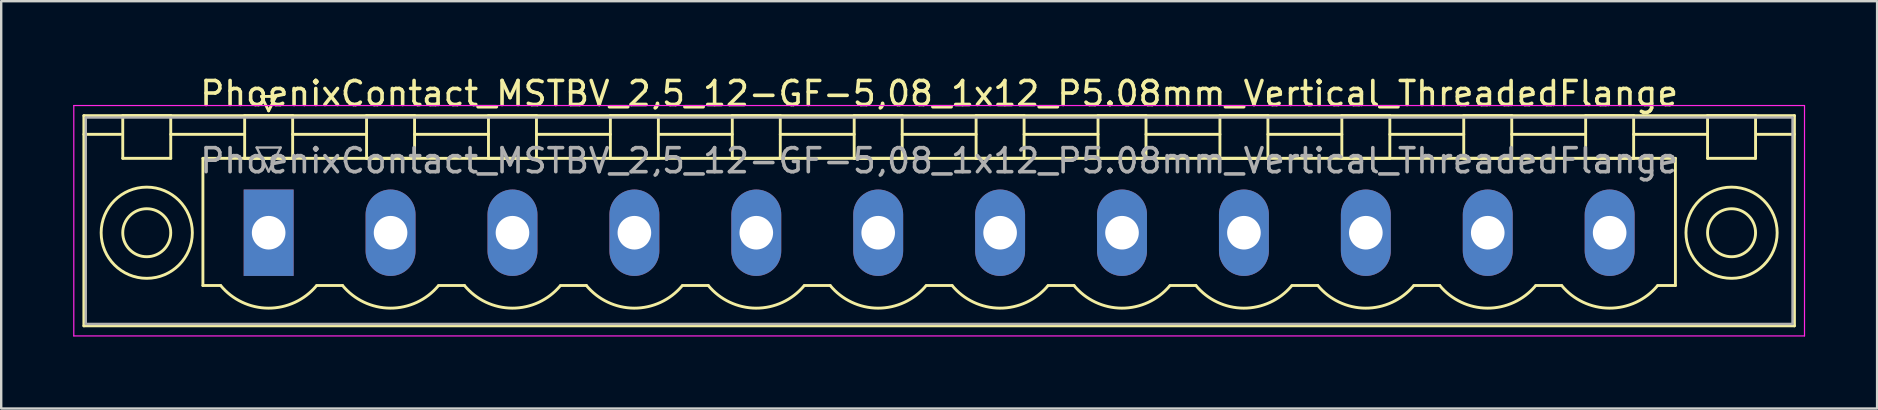
<source format=kicad_pcb>
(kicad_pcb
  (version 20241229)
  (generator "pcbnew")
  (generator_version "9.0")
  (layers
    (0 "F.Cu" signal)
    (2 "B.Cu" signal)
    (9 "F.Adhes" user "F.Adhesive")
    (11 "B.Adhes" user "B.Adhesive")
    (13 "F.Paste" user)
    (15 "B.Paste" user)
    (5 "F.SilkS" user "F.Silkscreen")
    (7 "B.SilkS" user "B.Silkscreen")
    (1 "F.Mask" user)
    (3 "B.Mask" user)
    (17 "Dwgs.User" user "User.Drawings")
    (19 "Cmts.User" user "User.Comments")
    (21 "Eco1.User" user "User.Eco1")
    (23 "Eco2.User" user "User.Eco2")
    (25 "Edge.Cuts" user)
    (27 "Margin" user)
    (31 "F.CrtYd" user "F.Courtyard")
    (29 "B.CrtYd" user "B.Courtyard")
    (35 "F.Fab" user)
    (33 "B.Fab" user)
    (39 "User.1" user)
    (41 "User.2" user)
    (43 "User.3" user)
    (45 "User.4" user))
  (footprint "PhoenixContact_MSTBV_2,5_12-GF-5,08_1x12_P5.08mm_Vertical_ThreadedFlange"
    (layer "F.Cu")
    (at 8.145 6.648)
    (property "Reference" "PhoenixContact_MSTBV_2,5_12-GF-5,08_1x12_P5.08mm_Vertical_ThreadedFlange" (at 27.94 -5.8 0) (layer "F.SilkS") (effects (font (size 1 1) (thickness 0.15))))
    (attr through_hole)
    (fp_line (start -7.7 -4.88) (end -7.7 3.88) (stroke (width 0.12) (type solid)) (layer "F.SilkS"))
    (fp_line (start -7.7 -4.1) (end -6.16 -4.1) (stroke (width 0.12) (type solid)) (layer "F.SilkS"))
    (fp_line (start -7.7 3.88) (end 63.58 3.88) (stroke (width 0.12) (type solid)) (layer "F.SilkS"))
    (fp_line (start -6.08 -4.88) (end -4.08 -4.88) (stroke (width 0.12) (type solid)) (layer "F.SilkS"))
    (fp_line (start -6.08 -3.1) (end -6.08 -4.88) (stroke (width 0.12) (type solid)) (layer "F.SilkS"))
    (fp_line (start -4.08 -4.88) (end -4.08 -3.1) (stroke (width 0.12) (type solid)) (layer "F.SilkS"))
    (fp_line (start -4.08 -4.1) (end -1 -4.1) (stroke (width 0.12) (type solid)) (layer "F.SilkS"))
    (fp_line (start -4.08 -3.1) (end -6.08 -3.1) (stroke (width 0.12) (type solid)) (layer "F.SilkS"))
    (fp_line (start -2.74 -3.1) (end 58.62 -3.1) (stroke (width 0.12) (type solid)) (layer "F.SilkS"))
    (fp_line (start -2.74 2.2) (end -2.74 -3.1) (stroke (width 0.12) (type solid)) (layer "F.SilkS"))
    (fp_line (start -2 2.2) (end -2.74 2.2) (stroke (width 0.12) (type solid)) (layer "F.SilkS"))
    (fp_line (start -1 -4.88) (end 1 -4.88) (stroke (width 0.12) (type solid)) (layer "F.SilkS"))
    (fp_line (start -1 -3.1) (end -1 -4.88) (stroke (width 0.12) (type solid)) (layer "F.SilkS"))
    (fp_line (start -0.3 -5.68) (end 0.3 -5.68) (stroke (width 0.12) (type solid)) (layer "F.SilkS"))
    (fp_line (start 0 -5.08) (end -0.3 -5.68) (stroke (width 0.12) (type solid)) (layer "F.SilkS"))
    (fp_line (start 0.3 -5.68) (end 0 -5.08) (stroke (width 0.12) (type solid)) (layer "F.SilkS"))
    (fp_line (start 1 -4.88) (end 1 -3.1) (stroke (width 0.12) (type solid)) (layer "F.SilkS"))
    (fp_line (start 1 -4.1) (end 4.08 -4.1) (stroke (width 0.12) (type solid)) (layer "F.SilkS"))
    (fp_line (start 1 -3.1) (end -1 -3.1) (stroke (width 0.12) (type solid)) (layer "F.SilkS"))
    (fp_line (start 2 2.2) (end 3.08 2.2) (stroke (width 0.12) (type solid)) (layer "F.SilkS"))
    (fp_line (start 4.08 -4.88) (end 6.08 -4.88) (stroke (width 0.12) (type solid)) (layer "F.SilkS"))
    (fp_line (start 4.08 -3.1) (end 4.08 -4.88) (stroke (width 0.12) (type solid)) (layer "F.SilkS"))
    (fp_line (start 6.08 -4.88) (end 6.08 -3.1) (stroke (width 0.12) (type solid)) (layer "F.SilkS"))
    (fp_line (start 6.08 -4.1) (end 9.16 -4.1) (stroke (width 0.12) (type solid)) (layer "F.SilkS"))
    (fp_line (start 6.08 -3.1) (end 4.08 -3.1) (stroke (width 0.12) (type solid)) (layer "F.SilkS"))
    (fp_line (start 7.08 2.2) (end 8.16 2.2) (stroke (width 0.12) (type solid)) (layer "F.SilkS"))
    (fp_line (start 9.16 -4.88) (end 11.16 -4.88) (stroke (width 0.12) (type solid)) (layer "F.SilkS"))
    (fp_line (start 9.16 -3.1) (end 9.16 -4.88) (stroke (width 0.12) (type solid)) (layer "F.SilkS"))
    (fp_line (start 11.16 -4.88) (end 11.16 -3.1) (stroke (width 0.12) (type solid)) (layer "F.SilkS"))
    (fp_line (start 11.16 -4.1) (end 14.24 -4.1) (stroke (width 0.12) (type solid)) (layer "F.SilkS"))
    (fp_line (start 11.16 -3.1) (end 9.16 -3.1) (stroke (width 0.12) (type solid)) (layer "F.SilkS"))
    (fp_line (start 12.16 2.2) (end 13.24 2.2) (stroke (width 0.12) (type solid)) (layer "F.SilkS"))
    (fp_line (start 14.24 -4.88) (end 16.24 -4.88) (stroke (width 0.12) (type solid)) (layer "F.SilkS"))
    (fp_line (start 14.24 -3.1) (end 14.24 -4.88) (stroke (width 0.12) (type solid)) (layer "F.SilkS"))
    (fp_line (start 16.24 -4.88) (end 16.24 -3.1) (stroke (width 0.12) (type solid)) (layer "F.SilkS"))
    (fp_line (start 16.24 -4.1) (end 19.32 -4.1) (stroke (width 0.12) (type solid)) (layer "F.SilkS"))
    (fp_line (start 16.24 -3.1) (end 14.24 -3.1) (stroke (width 0.12) (type solid)) (layer "F.SilkS"))
    (fp_line (start 17.24 2.2) (end 18.32 2.2) (stroke (width 0.12) (type solid)) (layer "F.SilkS"))
    (fp_line (start 19.32 -4.88) (end 21.32 -4.88) (stroke (width 0.12) (type solid)) (layer "F.SilkS"))
    (fp_line (start 19.32 -3.1) (end 19.32 -4.88) (stroke (width 0.12) (type solid)) (layer "F.SilkS"))
    (fp_line (start 21.32 -4.88) (end 21.32 -3.1) (stroke (width 0.12) (type solid)) (layer "F.SilkS"))
    (fp_line (start 21.32 -4.1) (end 24.4 -4.1) (stroke (width 0.12) (type solid)) (layer "F.SilkS"))
    (fp_line (start 21.32 -3.1) (end 19.32 -3.1) (stroke (width 0.12) (type solid)) (layer "F.SilkS"))
    (fp_line (start 22.32 2.2) (end 23.4 2.2) (stroke (width 0.12) (type solid)) (layer "F.SilkS"))
    (fp_line (start 24.4 -4.88) (end 26.4 -4.88) (stroke (width 0.12) (type solid)) (layer "F.SilkS"))
    (fp_line (start 24.4 -3.1) (end 24.4 -4.88) (stroke (width 0.12) (type solid)) (layer "F.SilkS"))
    (fp_line (start 26.4 -4.88) (end 26.4 -3.1) (stroke (width 0.12) (type solid)) (layer "F.SilkS"))
    (fp_line (start 26.4 -4.1) (end 29.48 -4.1) (stroke (width 0.12) (type solid)) (layer "F.SilkS"))
    (fp_line (start 26.4 -3.1) (end 24.4 -3.1) (stroke (width 0.12) (type solid)) (layer "F.SilkS"))
    (fp_line (start 27.4 2.2) (end 28.48 2.2) (stroke (width 0.12) (type solid)) (layer "F.SilkS"))
    (fp_line (start 29.48 -4.88) (end 31.48 -4.88) (stroke (width 0.12) (type solid)) (layer "F.SilkS"))
    (fp_line (start 29.48 -3.1) (end 29.48 -4.88) (stroke (width 0.12) (type solid)) (layer "F.SilkS"))
    (fp_line (start 31.48 -4.88) (end 31.48 -3.1) (stroke (width 0.12) (type solid)) (layer "F.SilkS"))
    (fp_line (start 31.48 -4.1) (end 34.56 -4.1) (stroke (width 0.12) (type solid)) (layer "F.SilkS"))
    (fp_line (start 31.48 -3.1) (end 29.48 -3.1) (stroke (width 0.12) (type solid)) (layer "F.SilkS"))
    (fp_line (start 32.48 2.2) (end 33.56 2.2) (stroke (width 0.12) (type solid)) (layer "F.SilkS"))
    (fp_line (start 34.56 -4.88) (end 36.56 -4.88) (stroke (width 0.12) (type solid)) (layer "F.SilkS"))
    (fp_line (start 34.56 -3.1) (end 34.56 -4.88) (stroke (width 0.12) (type solid)) (layer "F.SilkS"))
    (fp_line (start 36.56 -4.88) (end 36.56 -3.1) (stroke (width 0.12) (type solid)) (layer "F.SilkS"))
    (fp_line (start 36.56 -4.1) (end 39.64 -4.1) (stroke (width 0.12) (type solid)) (layer "F.SilkS"))
    (fp_line (start 36.56 -3.1) (end 34.56 -3.1) (stroke (width 0.12) (type solid)) (layer "F.SilkS"))
    (fp_line (start 37.56 2.2) (end 38.64 2.2) (stroke (width 0.12) (type solid)) (layer "F.SilkS"))
    (fp_line (start 39.64 -4.88) (end 41.64 -4.88) (stroke (width 0.12) (type solid)) (layer "F.SilkS"))
    (fp_line (start 39.64 -3.1) (end 39.64 -4.88) (stroke (width 0.12) (type solid)) (layer "F.SilkS"))
    (fp_line (start 41.64 -4.88) (end 41.64 -3.1) (stroke (width 0.12) (type solid)) (layer "F.SilkS"))
    (fp_line (start 41.64 -4.1) (end 44.72 -4.1) (stroke (width 0.12) (type solid)) (layer "F.SilkS"))
    (fp_line (start 41.64 -3.1) (end 39.64 -3.1) (stroke (width 0.12) (type solid)) (layer "F.SilkS"))
    (fp_line (start 42.64 2.2) (end 43.72 2.2) (stroke (width 0.12) (type solid)) (layer "F.SilkS"))
    (fp_line (start 44.72 -4.88) (end 46.72 -4.88) (stroke (width 0.12) (type solid)) (layer "F.SilkS"))
    (fp_line (start 44.72 -3.1) (end 44.72 -4.88) (stroke (width 0.12) (type solid)) (layer "F.SilkS"))
    (fp_line (start 46.72 -4.88) (end 46.72 -3.1) (stroke (width 0.12) (type solid)) (layer "F.SilkS"))
    (fp_line (start 46.72 -4.1) (end 49.8 -4.1) (stroke (width 0.12) (type solid)) (layer "F.SilkS"))
    (fp_line (start 46.72 -3.1) (end 44.72 -3.1) (stroke (width 0.12) (type solid)) (layer "F.SilkS"))
    (fp_line (start 47.72 2.2) (end 48.8 2.2) (stroke (width 0.12) (type solid)) (layer "F.SilkS"))
    (fp_line (start 49.8 -4.88) (end 51.8 -4.88) (stroke (width 0.12) (type solid)) (layer "F.SilkS"))
    (fp_line (start 49.8 -3.1) (end 49.8 -4.88) (stroke (width 0.12) (type solid)) (layer "F.SilkS"))
    (fp_line (start 51.8 -4.88) (end 51.8 -3.1) (stroke (width 0.12) (type solid)) (layer "F.SilkS"))
    (fp_line (start 51.8 -4.1) (end 54.88 -4.1) (stroke (width 0.12) (type solid)) (layer "F.SilkS"))
    (fp_line (start 51.8 -3.1) (end 49.8 -3.1) (stroke (width 0.12) (type solid)) (layer "F.SilkS"))
    (fp_line (start 52.8 2.2) (end 53.88 2.2) (stroke (width 0.12) (type solid)) (layer "F.SilkS"))
    (fp_line (start 54.88 -4.88) (end 56.88 -4.88) (stroke (width 0.12) (type solid)) (layer "F.SilkS"))
    (fp_line (start 54.88 -3.1) (end 54.88 -4.88) (stroke (width 0.12) (type solid)) (layer "F.SilkS"))
    (fp_line (start 56.88 -4.88) (end 56.88 -3.1) (stroke (width 0.12) (type solid)) (layer "F.SilkS"))
    (fp_line (start 56.88 -4.1) (end 59.96 -4.1) (stroke (width 0.12) (type solid)) (layer "F.SilkS"))
    (fp_line (start 56.88 -3.1) (end 54.88 -3.1) (stroke (width 0.12) (type solid)) (layer "F.SilkS"))
    (fp_line (start 58.62 -3.1) (end 58.62 2.2) (stroke (width 0.12) (type solid)) (layer "F.SilkS"))
    (fp_line (start 58.62 2.2) (end 57.88 2.2) (stroke (width 0.12) (type solid)) (layer "F.SilkS"))
    (fp_line (start 59.96 -4.88) (end 61.96 -4.88) (stroke (width 0.12) (type solid)) (layer "F.SilkS"))
    (fp_line (start 59.96 -3.1) (end 59.96 -4.88) (stroke (width 0.12) (type solid)) (layer "F.SilkS"))
    (fp_line (start 61.96 -4.88) (end 61.96 -3.1) (stroke (width 0.12) (type solid)) (layer "F.SilkS"))
    (fp_line (start 61.96 -3.1) (end 59.96 -3.1) (stroke (width 0.12) (type solid)) (layer "F.SilkS"))
    (fp_line (start 63.58 -4.88) (end -7.7 -4.88) (stroke (width 0.12) (type solid)) (layer "F.SilkS"))
    (fp_line (start 63.58 -4.1) (end 62.04 -4.1) (stroke (width 0.12) (type solid)) (layer "F.SilkS"))
    (fp_line (start 63.58 3.88) (end 63.58 -4.88) (stroke (width 0.12) (type solid)) (layer "F.SilkS"))
    (fp_arc (start 1.986842 2.215821) (mid -0.010289 3.142758) (end -2 2.2) (stroke (width 0.12) (type solid)) (layer "F.SilkS"))
    (fp_arc (start 7.066842 2.215821) (mid 5.069711 3.142758) (end 3.08 2.2) (stroke (width 0.12) (type solid)) (layer "F.SilkS"))
    (fp_arc (start 12.146842 2.215821) (mid 10.149711 3.142758) (end 8.16 2.2) (stroke (width 0.12) (type solid)) (layer "F.SilkS"))
    (fp_arc (start 17.226842 2.215821) (mid 15.229711 3.142758) (end 13.24 2.2) (stroke (width 0.12) (type solid)) (layer "F.SilkS"))
    (fp_arc (start 22.306842 2.215821) (mid 20.309711 3.142758) (end 18.32 2.2) (stroke (width 0.12) (type solid)) (layer "F.SilkS"))
    (fp_arc (start 27.386842 2.215821) (mid 25.389711 3.142758) (end 23.4 2.2) (stroke (width 0.12) (type solid)) (layer "F.SilkS"))
    (fp_arc (start 32.466842 2.215821) (mid 30.469711 3.142758) (end 28.48 2.2) (stroke (width 0.12) (type solid)) (layer "F.SilkS"))
    (fp_arc (start 37.546842 2.215821) (mid 35.549711 3.142758) (end 33.56 2.2) (stroke (width 0.12) (type solid)) (layer "F.SilkS"))
    (fp_arc (start 42.626842 2.215821) (mid 40.629711 3.142758) (end 38.64 2.2) (stroke (width 0.12) (type solid)) (layer "F.SilkS"))
    (fp_arc (start 47.706842 2.215821) (mid 45.709711 3.142758) (end 43.72 2.2) (stroke (width 0.12) (type solid)) (layer "F.SilkS"))
    (fp_arc (start 52.786842 2.215821) (mid 50.789711 3.142758) (end 48.8 2.2) (stroke (width 0.12) (type solid)) (layer "F.SilkS"))
    (fp_arc (start 57.866842 2.215821) (mid 55.869711 3.142758) (end 53.88 2.2) (stroke (width 0.12) (type solid)) (layer "F.SilkS"))
    (fp_circle (center -5.08 0) (end -4.08 0) (stroke (width 0.12) (type solid)) (fill no) (layer "F.SilkS"))
    (fp_circle (center -5.08 0) (end -3.18 0) (stroke (width 0.12) (type solid)) (fill no) (layer "F.SilkS"))
    (fp_circle (center 60.96 0) (end 61.96 0) (stroke (width 0.12) (type solid)) (fill no) (layer "F.SilkS"))
    (fp_circle (center 60.96 0) (end 62.86 0) (stroke (width 0.12) (type solid)) (fill no) (layer "F.SilkS"))
    (fp_line (start -8.12 -5.3) (end -8.12 4.3) (stroke (width 0.05) (type solid)) (layer "F.CrtYd"))
    (fp_line (start -8.12 4.3) (end 64 4.3) (stroke (width 0.05) (type solid)) (layer "F.CrtYd"))
    (fp_line (start 64 -5.3) (end -8.12 -5.3) (stroke (width 0.05) (type solid)) (layer "F.CrtYd"))
    (fp_line (start 64 4.3) (end 64 -5.3) (stroke (width 0.05) (type solid)) (layer "F.CrtYd"))
    (fp_line (start -7.62 -4.8) (end -7.62 3.8) (stroke (width 0.1) (type solid)) (layer "F.Fab"))
    (fp_line (start -7.62 3.8) (end 63.5 3.8) (stroke (width 0.1) (type solid)) (layer "F.Fab"))
    (fp_line (start -0.5 -3.55) (end 0.5 -3.55) (stroke (width 0.1) (type solid)) (layer "F.Fab"))
    (fp_line (start 0 -2.55) (end -0.5 -3.55) (stroke (width 0.1) (type solid)) (layer "F.Fab"))
    (fp_line (start 0.5 -3.55) (end 0 -2.55) (stroke (width 0.1) (type solid)) (layer "F.Fab"))
    (fp_line (start 63.5 -4.8) (end -7.62 -4.8) (stroke (width 0.1) (type solid)) (layer "F.Fab"))
    (fp_line (start 63.5 3.8) (end 63.5 -4.8) (stroke (width 0.1) (type solid)) (layer "F.Fab"))
    (fp_text user "${REFERENCE}" (at 27.94 -3 0) (layer "F.Fab") (effects (font (size 1 1) (thickness 0.15))))
    (pad "1" thru_hole rect (at 0 0) (size 2.08 3.6) (drill 1.4) (layers "*.Cu" "*.Mask"))
    (pad "2" thru_hole oval (at 5.08 0) (size 2.08 3.6) (drill 1.4) (layers "*.Cu" "*.Mask"))
    (pad "3" thru_hole oval (at 10.16 0) (size 2.08 3.6) (drill 1.4) (layers "*.Cu" "*.Mask"))
    (pad "4" thru_hole oval (at 15.24 0) (size 2.08 3.6) (drill 1.4) (layers "*.Cu" "*.Mask"))
    (pad "5" thru_hole oval (at 20.32 0) (size 2.08 3.6) (drill 1.4) (layers "*.Cu" "*.Mask"))
    (pad "6" thru_hole oval (at 25.4 0) (size 2.08 3.6) (drill 1.4) (layers "*.Cu" "*.Mask"))
    (pad "7" thru_hole oval (at 30.48 0) (size 2.08 3.6) (drill 1.4) (layers "*.Cu" "*.Mask"))
    (pad "8" thru_hole oval (at 35.56 0) (size 2.08 3.6) (drill 1.4) (layers "*.Cu" "*.Mask"))
    (pad "9" thru_hole oval (at 40.64 0) (size 2.08 3.6) (drill 1.4) (layers "*.Cu" "*.Mask"))
    (pad "10" thru_hole oval (at 45.72 0) (size 2.08 3.6) (drill 1.4) (layers "*.Cu" "*.Mask"))
    (pad "11" thru_hole oval (at 50.8 0) (size 2.08 3.6) (drill 1.4) (layers "*.Cu" "*.Mask"))
    (pad "12" thru_hole oval (at 55.88 0) (size 2.08 3.6) (drill 1.4) (layers "*.Cu" "*.Mask")))
  (gr_rect
    (start -3 -3)
    (end 75.17 13.973)
    (stroke (width 0.1) (type default))
    (fill no)
    (layer "Edge.Cuts")))
</source>
